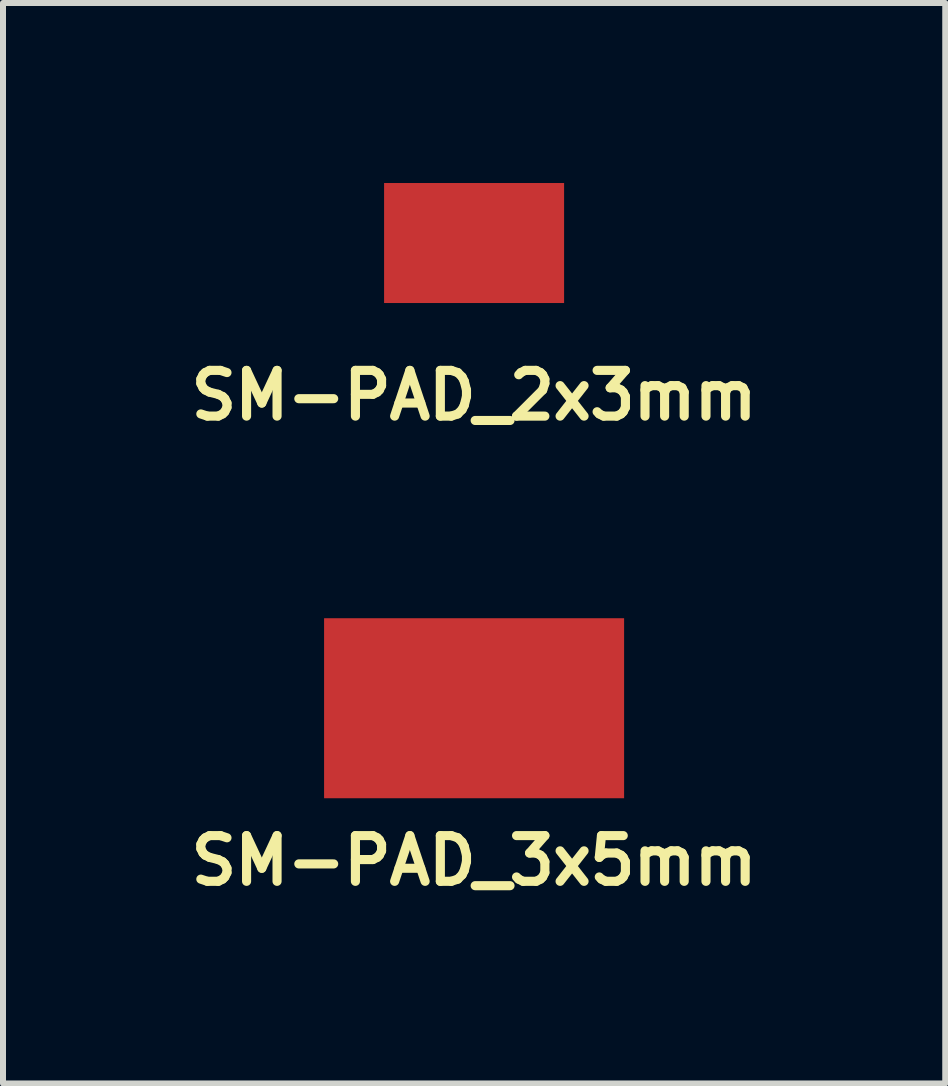
<source format=kicad_pcb>
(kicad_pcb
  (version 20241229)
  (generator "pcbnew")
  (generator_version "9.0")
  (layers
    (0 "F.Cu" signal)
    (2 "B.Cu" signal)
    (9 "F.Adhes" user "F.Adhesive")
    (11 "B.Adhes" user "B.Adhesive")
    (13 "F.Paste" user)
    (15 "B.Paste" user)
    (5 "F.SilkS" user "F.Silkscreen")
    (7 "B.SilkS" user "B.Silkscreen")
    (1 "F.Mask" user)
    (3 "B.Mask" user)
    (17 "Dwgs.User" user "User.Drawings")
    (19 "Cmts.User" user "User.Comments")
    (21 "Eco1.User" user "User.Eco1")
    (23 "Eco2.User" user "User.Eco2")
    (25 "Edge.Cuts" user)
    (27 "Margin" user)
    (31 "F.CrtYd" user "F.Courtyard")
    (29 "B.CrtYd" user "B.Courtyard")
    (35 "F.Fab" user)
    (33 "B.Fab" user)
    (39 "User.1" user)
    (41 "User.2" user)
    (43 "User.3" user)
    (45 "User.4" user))
  (footprint "SM-PAD_2x3mm"
    (layer "F.Cu")
    (at 4.851 1)
    (property "Reference" "SM-PAD_2x3mm" (at 0 2.54 0) (layer "F.SilkS") (effects (font (size 0.762 0.762) (thickness 0.152))))
    (attr exclude_from_pos_files exclude_from_bom)
    (pad "1" smd rect (at 0 0) (size 3 2) (layers "F.Cu" "F.Mask")))
  (footprint "SM-PAD_3x5mm"
    (layer "F.Cu")
    (at 4.851 8.753)
    (property "Reference" "SM-PAD_3x5mm" (at 0 2.54 0) (layer "F.SilkS") (effects (font (size 0.762 0.762) (thickness 0.152))))
    (attr exclude_from_pos_files exclude_from_bom)
    (pad "1" smd rect (at 0 0) (size 5 3) (layers "F.Cu" "F.Mask")))
  (gr_rect
    (start -3 -3)
    (end 12.703 15.006)
    (stroke (width 0.1) (type default))
    (fill no)
    (layer "Edge.Cuts")))
</source>
